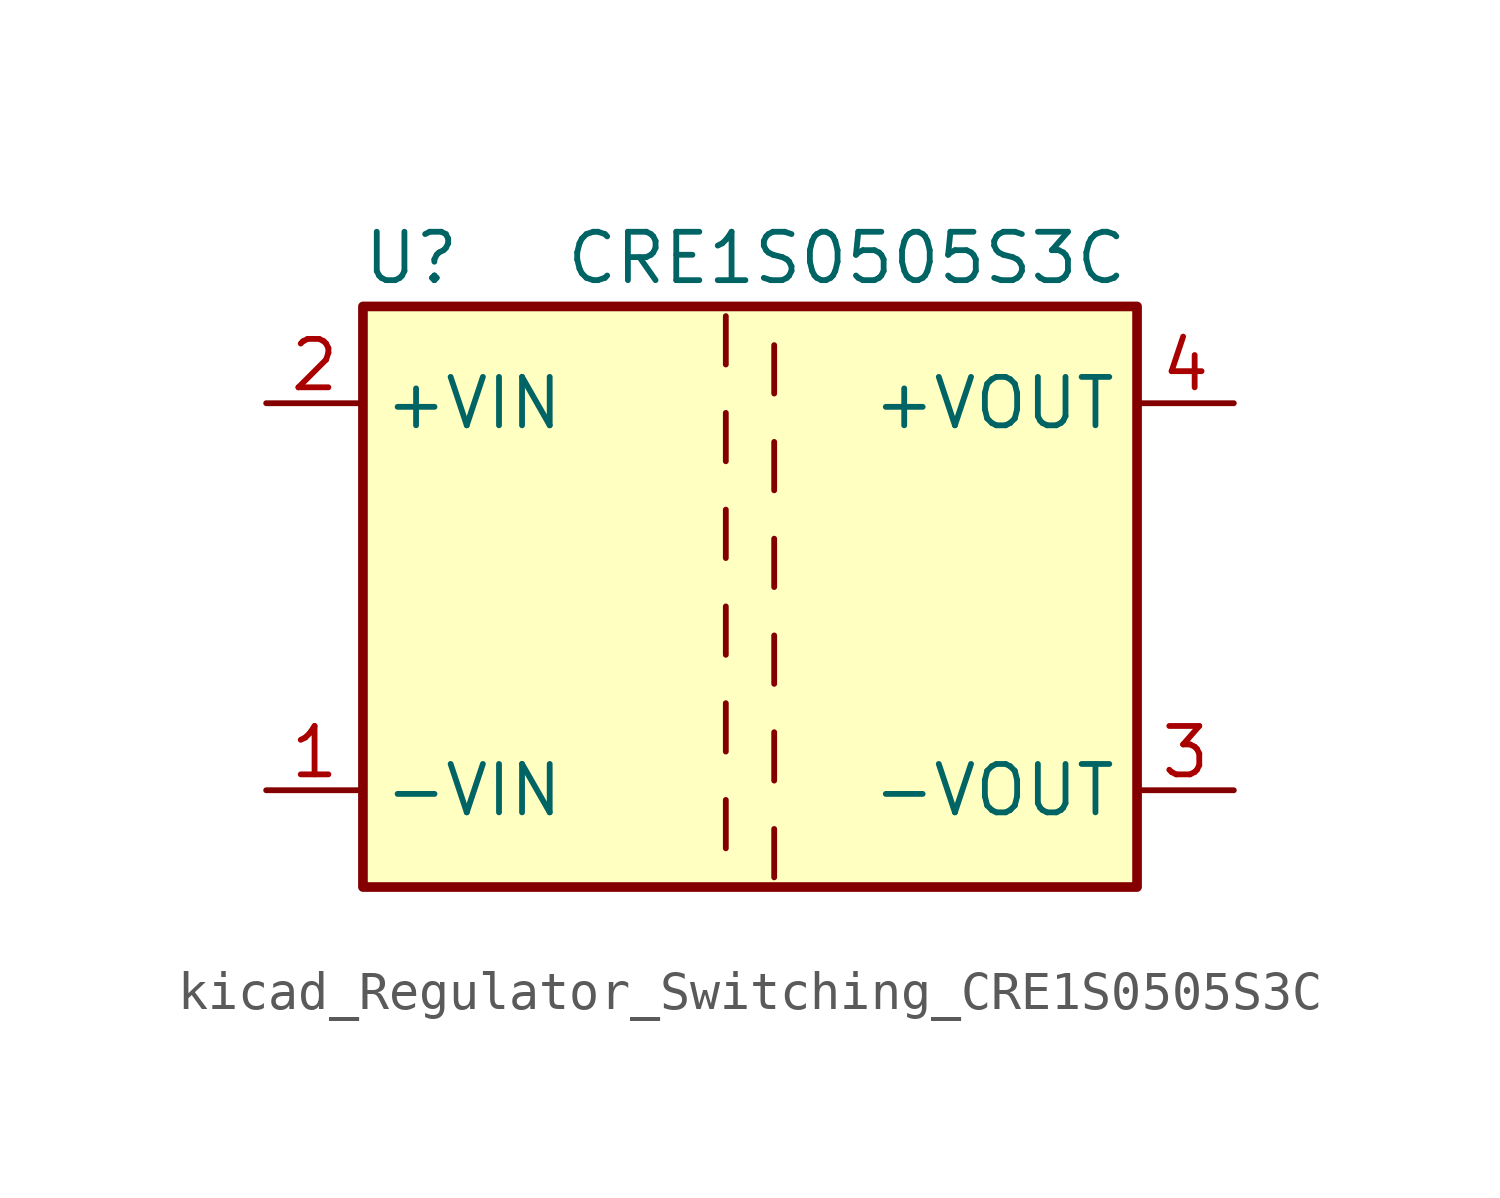
<source format=kicad_sym>
(kicad_symbol_lib
  (version 20220914)
  (generator kicad_symbol_editor)
  (symbol "kicad_Regulator_Switching_CRE1S0505S3C"
    (property "Reference" "U"
      (at -8.89 8.89 0)
      (effects (font (size 1.27 1.27))))
    (property "Value" "CRE1S0505S3C"
      (at 2.54 8.89 0)
      (effects (font (size 1.27 1.27))))
    (symbol "kicad_Regulator_Switching_CRE1S0505S3C_0_1"
      (rectangle (start -10.16 7.62) (end 10.16 -7.62) (stroke (width 0.254) (type default)) (fill (type background)))
      (polyline (pts (xy -0.635 -5.334) (xy -0.635 -6.604)) (stroke (width 0) (type default)) (fill (type none)))
      (polyline (pts (xy -0.635 -2.794) (xy -0.635 -4.064)) (stroke (width 0) (type default)) (fill (type none)))
      (polyline (pts (xy -0.635 -0.254) (xy -0.635 -1.524)) (stroke (width 0) (type default)) (fill (type none)))
      (polyline (pts (xy -0.635 2.286) (xy -0.635 1.016)) (stroke (width 0) (type default)) (fill (type none)))
      (polyline (pts (xy -0.635 4.826) (xy -0.635 3.556)) (stroke (width 0) (type default)) (fill (type none)))
      (polyline (pts (xy -0.635 7.366) (xy -0.635 6.096)) (stroke (width 0) (type default)) (fill (type none)))
      (polyline (pts (xy 0.635 -7.366) (xy 0.635 -6.096)) (stroke (width 0) (type default)) (fill (type none)))
      (polyline (pts (xy 0.635 -4.826) (xy 0.635 -3.556)) (stroke (width 0) (type default)) (fill (type none)))
      (polyline (pts (xy 0.635 -2.286) (xy 0.635 -1.016)) (stroke (width 0) (type default)) (fill (type none)))
      (polyline (pts (xy 0.635 0.254) (xy 0.635 1.524)) (stroke (width 0) (type default)) (fill (type none)))
      (polyline (pts (xy 0.635 2.794) (xy 0.635 4.064)) (stroke (width 0) (type default)) (fill (type none)))
      (polyline (pts (xy 0.635 5.334) (xy 0.635 6.604)) (stroke (width 0) (type default)) (fill (type none))))
    (symbol "kicad_Regulator_Switching_CRE1S0505S3C_1_1"
      (pin power_in line (at -12.7 -5.08 0) (length 2.54) (name "-VIN" (effects (font (size 1.27 1.27)))) (number "1" (effects (font (size 1.27 1.27)))))
      (pin power_in line (at -12.7 5.08 0) (length 2.54) (name "+VIN" (effects (font (size 1.27 1.27)))) (number "2" (effects (font (size 1.27 1.27)))))
      (pin power_out line (at 12.7 -5.08 180) (length 2.54) (name "-VOUT" (effects (font (size 1.27 1.27)))) (number "3" (effects (font (size 1.27 1.27)))))
      (pin power_out line (at 12.7 5.08 180) (length 2.54) (name "+VOUT" (effects (font (size 1.27 1.27)))) (number "4" (effects (font (size 1.27 1.27))))))))
</source>
